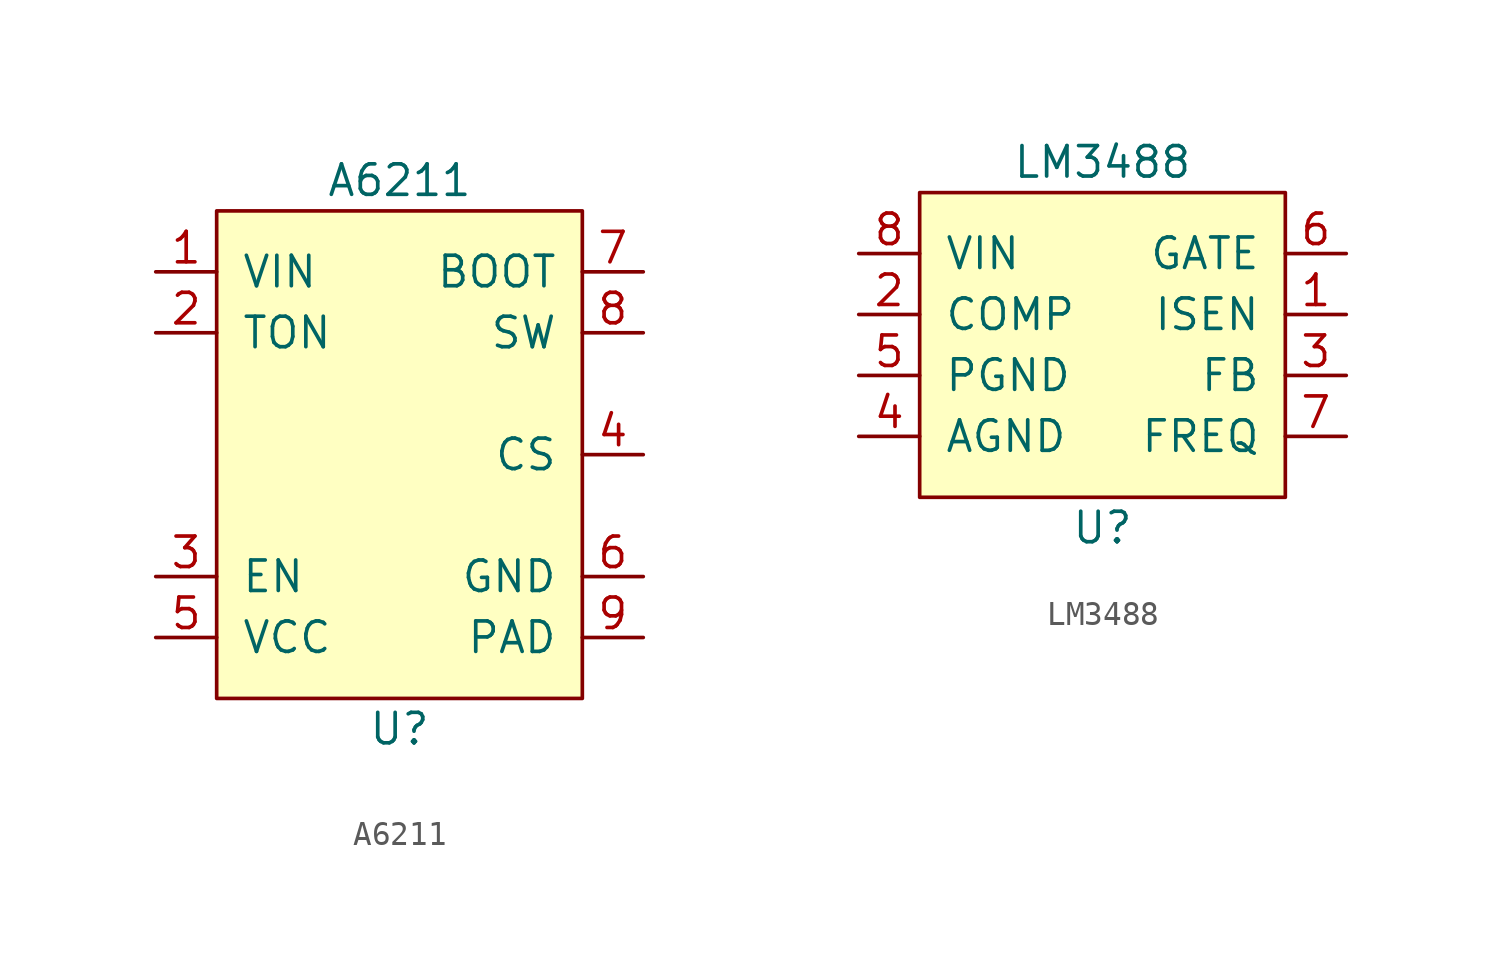
<source format=kicad_sym>
(kicad_symbol_lib
  (version 20220914)
  (generator kicad_symbol_editor)
  (symbol "A6211"
    (pin_names
      (offset 1.016))
    (property "Reference" "U"
      (at 0 -11.43 0)
      (effects (font (size 1.27 1.27))))
    (property "Value" "A6211"
      (at 0 11.43 0)
      (effects (font (size 1.27 1.27))))
    (symbol "A6211_0_1"
      (rectangle (start -7.62 10.16) (end 7.62 -10.16) (stroke (width 0) (type solid)) (fill (type background)))
      (pin power_in line (at -10.16 7.62 0) (length 2.54) (name "VIN" (effects (font (size 1.27 1.27)))) (number "1" (effects (font (size 1.27 1.27)))))
      (pin passive line (at -10.16 5.08 0) (length 2.54) (name "TON" (effects (font (size 1.27 1.27)))) (number "2" (effects (font (size 1.27 1.27)))))
      (pin input line (at -10.16 -5.08 0) (length 2.54) (name "EN" (effects (font (size 1.27 1.27)))) (number "3" (effects (font (size 1.27 1.27)))))
      (pin input line (at 10.16 0 180) (length 2.54) (name "CS" (effects (font (size 1.27 1.27)))) (number "4" (effects (font (size 1.27 1.27)))))
      (pin passive line (at -10.16 -7.62 0) (length 2.54) (name "VCC" (effects (font (size 1.27 1.27)))) (number "5" (effects (font (size 1.27 1.27)))))
      (pin power_in line (at 10.16 -5.08 180) (length 2.54) (name "GND" (effects (font (size 1.27 1.27)))) (number "6" (effects (font (size 1.27 1.27)))))
      (pin passive line (at 10.16 7.62 180) (length 2.54) (name "BOOT" (effects (font (size 1.27 1.27)))) (number "7" (effects (font (size 1.27 1.27)))))
      (pin power_out line (at 10.16 5.08 180) (length 2.54) (name "SW" (effects (font (size 1.27 1.27)))) (number "8" (effects (font (size 1.27 1.27)))))
      (pin passive line (at 10.16 -7.62 180) (length 2.54) (name "PAD" (effects (font (size 1.27 1.27)))) (number "9" (effects (font (size 1.27 1.27)))))))
  (symbol "LM3488"
    (pin_names
      (offset 1.016))
    (property "Reference" "U"
      (at 0 -7.62 0)
      (effects (font (size 1.27 1.27))))
    (property "Value" "LM3488"
      (at 0 7.62 0)
      (effects (font (size 1.27 1.27))))
    (symbol "LM3488_0_1"
      (rectangle (start -7.62 6.35) (end 7.62 -6.35) (stroke (width 0) (type solid)) (fill (type background))))
    (symbol "LM3488_1_1"
      (pin input line (at 10.16 1.27 180) (length 2.54) (name "ISEN" (effects (font (size 1.27 1.27)))) (number "1" (effects (font (size 1.27 1.27)))))
      (pin passive line (at -10.16 1.27 0) (length 2.54) (name "COMP" (effects (font (size 1.27 1.27)))) (number "2" (effects (font (size 1.27 1.27)))))
      (pin input line (at 10.16 -1.27 180) (length 2.54) (name "FB" (effects (font (size 1.27 1.27)))) (number "3" (effects (font (size 1.27 1.27)))))
      (pin power_in line (at -10.16 -3.81 0) (length 2.54) (name "AGND" (effects (font (size 1.27 1.27)))) (number "4" (effects (font (size 1.27 1.27)))))
      (pin power_in line (at -10.16 -1.27 0) (length 2.54) (name "PGND" (effects (font (size 1.27 1.27)))) (number "5" (effects (font (size 1.27 1.27)))))
      (pin output line (at 10.16 3.81 180) (length 2.54) (name "GATE" (effects (font (size 1.27 1.27)))) (number "6" (effects (font (size 1.27 1.27)))))
      (pin passive line (at 10.16 -3.81 180) (length 2.54) (name "FREQ" (effects (font (size 1.27 1.27)))) (number "7" (effects (font (size 1.27 1.27)))))
      (pin power_in line (at -10.16 3.81 0) (length 2.54) (name "VIN" (effects (font (size 1.27 1.27)))) (number "8" (effects (font (size 1.27 1.27))))))))
</source>
